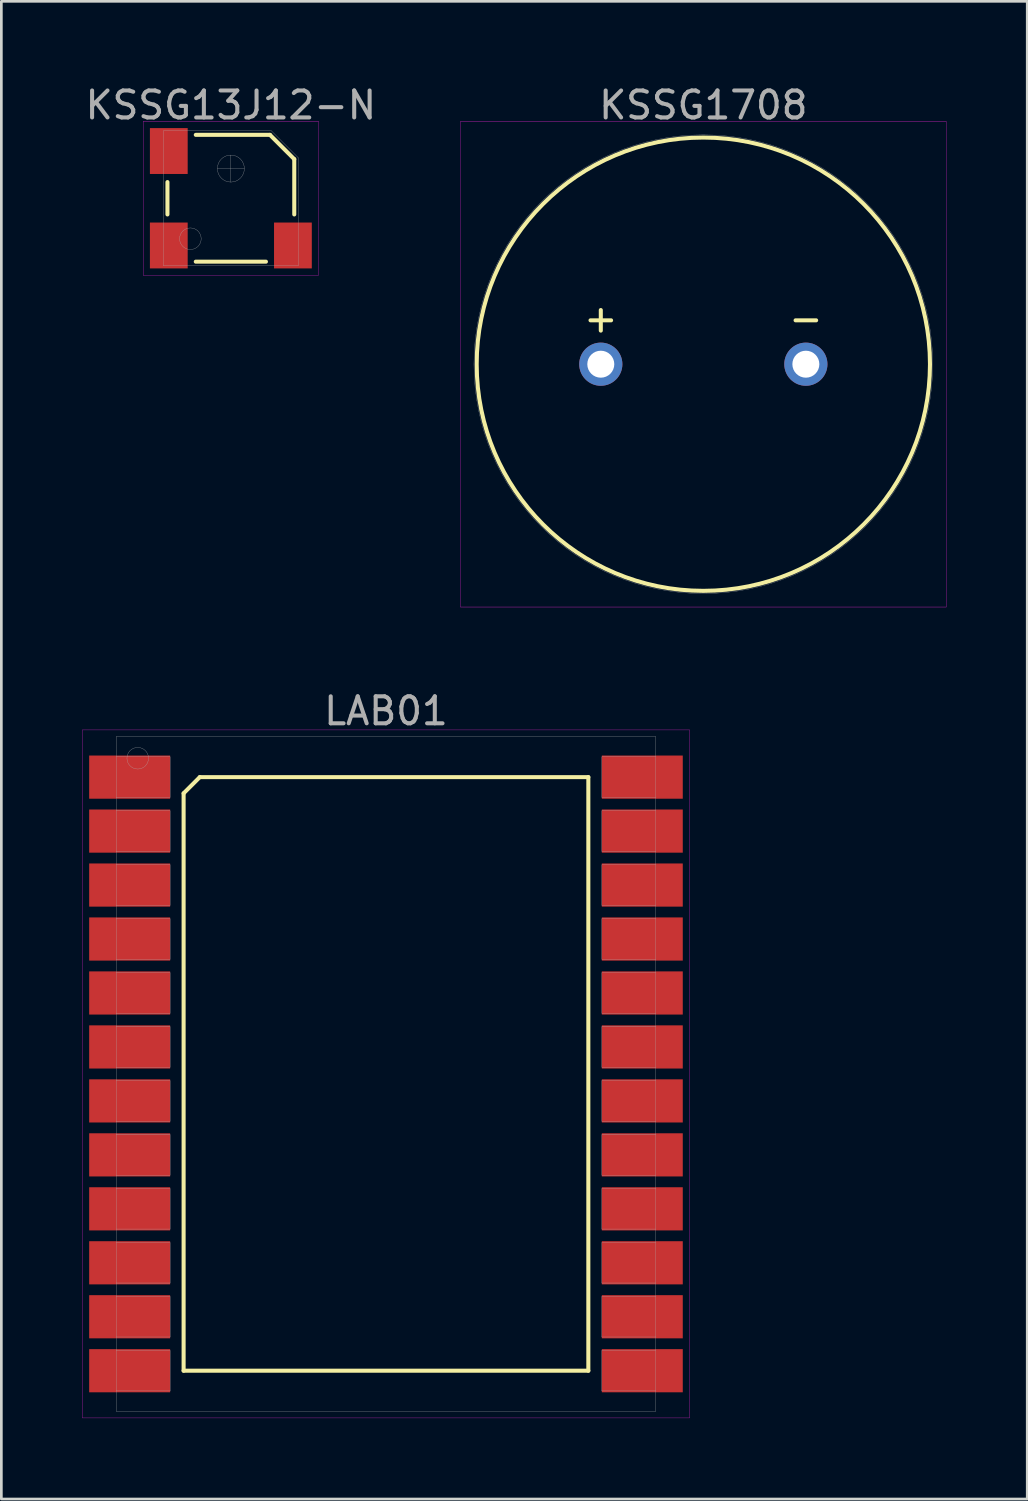
<source format=kicad_pcb>
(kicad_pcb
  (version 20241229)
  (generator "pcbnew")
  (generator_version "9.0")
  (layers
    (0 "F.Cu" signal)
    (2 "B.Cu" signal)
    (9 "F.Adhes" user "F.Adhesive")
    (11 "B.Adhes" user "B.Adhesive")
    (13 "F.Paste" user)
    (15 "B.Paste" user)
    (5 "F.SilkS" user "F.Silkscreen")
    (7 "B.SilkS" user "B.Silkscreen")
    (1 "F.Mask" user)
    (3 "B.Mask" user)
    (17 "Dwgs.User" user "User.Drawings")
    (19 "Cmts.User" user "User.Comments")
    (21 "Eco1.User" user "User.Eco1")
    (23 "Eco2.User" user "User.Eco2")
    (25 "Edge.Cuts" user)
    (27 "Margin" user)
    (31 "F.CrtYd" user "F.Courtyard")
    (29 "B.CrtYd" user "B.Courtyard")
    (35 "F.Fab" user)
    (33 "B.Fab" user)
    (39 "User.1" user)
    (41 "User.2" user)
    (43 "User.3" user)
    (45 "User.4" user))
  (footprint "LAB01"
    (layer "F.Cu")
    (at 11.255 36.752)
    (property "Reference" "LAB01" (at 0 -13.45 0) (layer "F.Fab") (effects (font (size 1 1) (thickness 0.15))))
    (attr through_hole)
    (fp_line (start -7.5 -10.4) (end -6.9 -11) (stroke (width 0.15) (type solid)) (layer "F.SilkS"))
    (fp_line (start -7.5 11) (end -7.5 -10.4) (stroke (width 0.15) (type solid)) (layer "F.SilkS"))
    (fp_line (start -6.9 -11) (end 7.5 -11) (stroke (width 0.15) (type solid)) (layer "F.SilkS"))
    (fp_line (start 7.5 -11) (end 7.5 11) (stroke (width 0.15) (type solid)) (layer "F.SilkS"))
    (fp_line (start 7.5 11) (end -7.5 11) (stroke (width 0.15) (type solid)) (layer "F.SilkS"))
    (fp_line (start -11.25 -12.75) (end 11.25 -12.75) (stroke (width 0.01) (type solid)) (layer "F.CrtYd"))
    (fp_line (start -11.25 12.75) (end -11.25 -12.75) (stroke (width 0.01) (type solid)) (layer "F.CrtYd"))
    (fp_line (start 11.25 -12.75) (end 11.25 12.75) (stroke (width 0.01) (type solid)) (layer "F.CrtYd"))
    (fp_line (start 11.25 12.75) (end -11.25 12.75) (stroke (width 0.01) (type solid)) (layer "F.CrtYd"))
    (fp_line (start -10 -12.5) (end 10 -12.5) (stroke (width 0.01) (type solid)) (layer "F.Fab"))
    (fp_line (start -10 -10.25) (end -8 -10.25) (stroke (width 0.01) (type solid)) (layer "F.Fab"))
    (fp_line (start -10 -8.25) (end -8 -8.25) (stroke (width 0.01) (type solid)) (layer "F.Fab"))
    (fp_line (start -10 -6.25) (end -8 -6.25) (stroke (width 0.01) (type solid)) (layer "F.Fab"))
    (fp_line (start -10 -4.25) (end -8 -4.25) (stroke (width 0.01) (type solid)) (layer "F.Fab"))
    (fp_line (start -10 -2.25) (end -8 -2.25) (stroke (width 0.01) (type solid)) (layer "F.Fab"))
    (fp_line (start -10 -0.25) (end -8 -0.25) (stroke (width 0.01) (type solid)) (layer "F.Fab"))
    (fp_line (start -10 1.75) (end -8 1.75) (stroke (width 0.01) (type solid)) (layer "F.Fab"))
    (fp_line (start -10 3.75) (end -8 3.75) (stroke (width 0.01) (type solid)) (layer "F.Fab"))
    (fp_line (start -10 5.75) (end -8 5.75) (stroke (width 0.01) (type solid)) (layer "F.Fab"))
    (fp_line (start -10 7.75) (end -8 7.75) (stroke (width 0.01) (type solid)) (layer "F.Fab"))
    (fp_line (start -10 9.75) (end -8 9.75) (stroke (width 0.01) (type solid)) (layer "F.Fab"))
    (fp_line (start -10 11.75) (end -8 11.75) (stroke (width 0.01) (type solid)) (layer "F.Fab"))
    (fp_line (start -10 12.5) (end -10 -12.5) (stroke (width 0.01) (type solid)) (layer "F.Fab"))
    (fp_line (start -8 -11.75) (end -10 -11.75) (stroke (width 0.01) (type solid)) (layer "F.Fab"))
    (fp_line (start -8 -10.25) (end -8 -11.75) (stroke (width 0.01) (type solid)) (layer "F.Fab"))
    (fp_line (start -8 -9.75) (end -10 -9.75) (stroke (width 0.01) (type solid)) (layer "F.Fab"))
    (fp_line (start -8 -8.25) (end -8 -9.75) (stroke (width 0.01) (type solid)) (layer "F.Fab"))
    (fp_line (start -8 -7.75) (end -10 -7.75) (stroke (width 0.01) (type solid)) (layer "F.Fab"))
    (fp_line (start -8 -6.25) (end -8 -7.75) (stroke (width 0.01) (type solid)) (layer "F.Fab"))
    (fp_line (start -8 -5.75) (end -10 -5.75) (stroke (width 0.01) (type solid)) (layer "F.Fab"))
    (fp_line (start -8 -4.25) (end -8 -5.75) (stroke (width 0.01) (type solid)) (layer "F.Fab"))
    (fp_line (start -8 -3.75) (end -10 -3.75) (stroke (width 0.01) (type solid)) (layer "F.Fab"))
    (fp_line (start -8 -2.25) (end -8 -3.75) (stroke (width 0.01) (type solid)) (layer "F.Fab"))
    (fp_line (start -8 -1.75) (end -10 -1.75) (stroke (width 0.01) (type solid)) (layer "F.Fab"))
    (fp_line (start -8 -0.25) (end -8 -1.75) (stroke (width 0.01) (type solid)) (layer "F.Fab"))
    (fp_line (start -8 0.25) (end -10 0.25) (stroke (width 0.01) (type solid)) (layer "F.Fab"))
    (fp_line (start -8 1.75) (end -8 0.25) (stroke (width 0.01) (type solid)) (layer "F.Fab"))
    (fp_line (start -8 2.25) (end -10 2.25) (stroke (width 0.01) (type solid)) (layer "F.Fab"))
    (fp_line (start -8 3.75) (end -8 2.25) (stroke (width 0.01) (type solid)) (layer "F.Fab"))
    (fp_line (start -8 4.25) (end -10 4.25) (stroke (width 0.01) (type solid)) (layer "F.Fab"))
    (fp_line (start -8 5.75) (end -8 4.25) (stroke (width 0.01) (type solid)) (layer "F.Fab"))
    (fp_line (start -8 6.25) (end -10 6.25) (stroke (width 0.01) (type solid)) (layer "F.Fab"))
    (fp_line (start -8 7.75) (end -8 6.25) (stroke (width 0.01) (type solid)) (layer "F.Fab"))
    (fp_line (start -8 8.25) (end -10 8.25) (stroke (width 0.01) (type solid)) (layer "F.Fab"))
    (fp_line (start -8 9.75) (end -8 8.25) (stroke (width 0.01) (type solid)) (layer "F.Fab"))
    (fp_line (start -8 10.25) (end -10 10.25) (stroke (width 0.01) (type solid)) (layer "F.Fab"))
    (fp_line (start -8 11.75) (end -8 10.25) (stroke (width 0.01) (type solid)) (layer "F.Fab"))
    (fp_line (start 8 -11.75) (end 8 -10.25) (stroke (width 0.01) (type solid)) (layer "F.Fab"))
    (fp_line (start 8 -10.25) (end 10 -10.25) (stroke (width 0.01) (type solid)) (layer "F.Fab"))
    (fp_line (start 8 -9.75) (end 8 -8.25) (stroke (width 0.01) (type solid)) (layer "F.Fab"))
    (fp_line (start 8 -8.25) (end 10 -8.25) (stroke (width 0.01) (type solid)) (layer "F.Fab"))
    (fp_line (start 8 -7.75) (end 8 -6.25) (stroke (width 0.01) (type solid)) (layer "F.Fab"))
    (fp_line (start 8 -6.25) (end 10 -6.25) (stroke (width 0.01) (type solid)) (layer "F.Fab"))
    (fp_line (start 8 -5.75) (end 8 -4.25) (stroke (width 0.01) (type solid)) (layer "F.Fab"))
    (fp_line (start 8 -4.25) (end 10 -4.25) (stroke (width 0.01) (type solid)) (layer "F.Fab"))
    (fp_line (start 8 -3.75) (end 8 -2.25) (stroke (width 0.01) (type solid)) (layer "F.Fab"))
    (fp_line (start 8 -2.25) (end 10 -2.25) (stroke (width 0.01) (type solid)) (layer "F.Fab"))
    (fp_line (start 8 -1.75) (end 8 -0.25) (stroke (width 0.01) (type solid)) (layer "F.Fab"))
    (fp_line (start 8 -0.25) (end 10 -0.25) (stroke (width 0.01) (type solid)) (layer "F.Fab"))
    (fp_line (start 8 0.25) (end 8 1.75) (stroke (width 0.01) (type solid)) (layer "F.Fab"))
    (fp_line (start 8 1.75) (end 10 1.75) (stroke (width 0.01) (type solid)) (layer "F.Fab"))
    (fp_line (start 8 2.25) (end 8 3.75) (stroke (width 0.01) (type solid)) (layer "F.Fab"))
    (fp_line (start 8 3.75) (end 10 3.75) (stroke (width 0.01) (type solid)) (layer "F.Fab"))
    (fp_line (start 8 4.25) (end 8 5.75) (stroke (width 0.01) (type solid)) (layer "F.Fab"))
    (fp_line (start 8 5.75) (end 10 5.75) (stroke (width 0.01) (type solid)) (layer "F.Fab"))
    (fp_line (start 8 6.25) (end 8 7.75) (stroke (width 0.01) (type solid)) (layer "F.Fab"))
    (fp_line (start 8 7.75) (end 10 7.75) (stroke (width 0.01) (type solid)) (layer "F.Fab"))
    (fp_line (start 8 8.25) (end 8 9.75) (stroke (width 0.01) (type solid)) (layer "F.Fab"))
    (fp_line (start 8 9.75) (end 10 9.75) (stroke (width 0.01) (type solid)) (layer "F.Fab"))
    (fp_line (start 8 10.25) (end 8 11.75) (stroke (width 0.01) (type solid)) (layer "F.Fab"))
    (fp_line (start 8 11.75) (end 10 11.75) (stroke (width 0.01) (type solid)) (layer "F.Fab"))
    (fp_line (start 10 -12.5) (end 10 12.5) (stroke (width 0.01) (type solid)) (layer "F.Fab"))
    (fp_line (start 10 -11.75) (end 8 -11.75) (stroke (width 0.01) (type solid)) (layer "F.Fab"))
    (fp_line (start 10 -9.75) (end 8 -9.75) (stroke (width 0.01) (type solid)) (layer "F.Fab"))
    (fp_line (start 10 -7.75) (end 8 -7.75) (stroke (width 0.01) (type solid)) (layer "F.Fab"))
    (fp_line (start 10 -5.75) (end 8 -5.75) (stroke (width 0.01) (type solid)) (layer "F.Fab"))
    (fp_line (start 10 -3.75) (end 8 -3.75) (stroke (width 0.01) (type solid)) (layer "F.Fab"))
    (fp_line (start 10 -1.75) (end 8 -1.75) (stroke (width 0.01) (type solid)) (layer "F.Fab"))
    (fp_line (start 10 0.25) (end 8 0.25) (stroke (width 0.01) (type solid)) (layer "F.Fab"))
    (fp_line (start 10 2.25) (end 8 2.25) (stroke (width 0.01) (type solid)) (layer "F.Fab"))
    (fp_line (start 10 4.25) (end 8 4.25) (stroke (width 0.01) (type solid)) (layer "F.Fab"))
    (fp_line (start 10 6.25) (end 8 6.25) (stroke (width 0.01) (type solid)) (layer "F.Fab"))
    (fp_line (start 10 8.25) (end 8 8.25) (stroke (width 0.01) (type solid)) (layer "F.Fab"))
    (fp_line (start 10 10.25) (end 8 10.25) (stroke (width 0.01) (type solid)) (layer "F.Fab"))
    (fp_line (start 10 12.5) (end -10 12.5) (stroke (width 0.01) (type solid)) (layer "F.Fab"))
    (fp_circle (center -9.2 -11.7) (end -9.2 -11.3) (stroke (width 0.01) (type solid)) (fill no) (layer "F.Fab"))
    (pad "1" smd rect (at -9.5 -11) (size 3 1.6) (layers "F.Cu" "F.Mask" "F.Paste"))
    (pad "2" smd rect (at -9.5 -9) (size 3 1.6) (layers "F.Cu" "F.Mask" "F.Paste"))
    (pad "3" smd rect (at -9.5 -7) (size 3 1.6) (layers "F.Cu" "F.Mask" "F.Paste"))
    (pad "4" smd rect (at -9.5 -5) (size 3 1.6) (layers "F.Cu" "F.Mask" "F.Paste"))
    (pad "5" smd rect (at -9.5 -3) (size 3 1.6) (layers "F.Cu" "F.Mask" "F.Paste"))
    (pad "6" smd rect (at -9.5 -1) (size 3 1.6) (layers "F.Cu" "F.Mask" "F.Paste"))
    (pad "7" smd rect (at -9.5 1) (size 3 1.6) (layers "F.Cu" "F.Mask" "F.Paste"))
    (pad "8" smd rect (at -9.5 3) (size 3 1.6) (layers "F.Cu" "F.Mask" "F.Paste"))
    (pad "9" smd rect (at -9.5 5) (size 3 1.6) (layers "F.Cu" "F.Mask" "F.Paste"))
    (pad "10" smd rect (at -9.5 7) (size 3 1.6) (layers "F.Cu" "F.Mask" "F.Paste"))
    (pad "11" smd rect (at -9.5 9) (size 3 1.6) (layers "F.Cu" "F.Mask" "F.Paste"))
    (pad "12" smd rect (at -9.5 11) (size 3 1.6) (layers "F.Cu" "F.Mask" "F.Paste"))
    (pad "13" smd rect (at 9.5 11) (size 3 1.6) (layers "F.Cu" "F.Mask" "F.Paste"))
    (pad "14" smd rect (at 9.5 9) (size 3 1.6) (layers "F.Cu" "F.Mask" "F.Paste"))
    (pad "15" smd rect (at 9.5 7) (size 3 1.6) (layers "F.Cu" "F.Mask" "F.Paste"))
    (pad "16" smd rect (at 9.5 5) (size 3 1.6) (layers "F.Cu" "F.Mask" "F.Paste"))
    (pad "17" smd rect (at 9.5 3) (size 3 1.6) (layers "F.Cu" "F.Mask" "F.Paste"))
    (pad "18" smd rect (at 9.5 1) (size 3 1.6) (layers "F.Cu" "F.Mask" "F.Paste"))
    (pad "19" smd rect (at 9.5 -1) (size 3 1.6) (layers "F.Cu" "F.Mask" "F.Paste"))
    (pad "20" smd rect (at 9.5 -3) (size 3 1.6) (layers "F.Cu" "F.Mask" "F.Paste"))
    (pad "21" smd rect (at 9.5 -5) (size 3 1.6) (layers "F.Cu" "F.Mask" "F.Paste"))
    (pad "22" smd rect (at 9.5 -7) (size 3 1.6) (layers "F.Cu" "F.Mask" "F.Paste"))
    (pad "23" smd rect (at 9.5 -9) (size 3 1.6) (layers "F.Cu" "F.Mask" "F.Paste"))
    (pad "24" smd rect (at 9.5 -11) (size 3 1.6) (layers "F.Cu" "F.Mask" "F.Paste")))
  (footprint "KSSG1708"
    (layer "F.Cu")
    (at 23.017 10.448)
    (property "Reference" "KSSG1708" (at 0 -9.6 0) (layer "F.Fab") (effects (font (size 1 1) (thickness 0.15))))
    (attr through_hole)
    (fp_circle (center 0 0) (end 8.4 0) (stroke (width 0.15) (type solid)) (fill no) (layer "F.SilkS"))
    (fp_line (start -9 -9) (end 9 -9) (stroke (width 0.01) (type solid)) (layer "F.CrtYd"))
    (fp_line (start -9 9) (end -9 -9) (stroke (width 0.01) (type solid)) (layer "F.CrtYd"))
    (fp_line (start 9 -9) (end 9 9) (stroke (width 0.01) (type solid)) (layer "F.CrtYd"))
    (fp_line (start 9 9) (end -9 9) (stroke (width 0.01) (type solid)) (layer "F.CrtYd"))
    (fp_circle (center 0 0) (end 8.5 0) (stroke (width 0.01) (type solid)) (fill no) (layer "F.Fab"))
    (fp_text user "-" (at 3.8 -1.7 0) (layer "F.SilkS") (effects (font (size 1 1) (thickness 0.15))))
    (fp_text user "+" (at -3.8 -1.7 0) (layer "F.SilkS") (effects (font (size 1 1) (thickness 0.15))))
    (pad "1" thru_hole circle (at -3.8 0) (size 1.6 1.6) (drill 1) (layers "*.Cu" "*.Mask"))
    (pad "2" thru_hole circle (at 3.8 0) (size 1.6 1.6) (drill 1) (layers "*.Cu" "*.Mask")))
  (footprint "KSSG13J12-N"
    (layer "F.Cu")
    (at 5.506 4.298)
    (property "Reference" "KSSG13J12-N" (at 0 -3.45 0) (layer "F.Fab") (effects (font (size 1 1) (thickness 0.15))))
    (attr through_hole)
    (fp_line (start -2.35 -0.6) (end -2.35 0.6) (stroke (width 0.15) (type solid)) (layer "F.SilkS"))
    (fp_line (start -1.3 -2.35) (end 1.45 -2.35) (stroke (width 0.15) (type solid)) (layer "F.SilkS"))
    (fp_line (start -1.3 2.35) (end 1.3 2.35) (stroke (width 0.15) (type solid)) (layer "F.SilkS"))
    (fp_line (start 1.45 -2.35) (end 2.35 -1.45) (stroke (width 0.15) (type solid)) (layer "F.SilkS"))
    (fp_line (start 2.35 -1.45) (end 2.35 0.6) (stroke (width 0.15) (type solid)) (layer "F.SilkS"))
    (fp_line (start -3.25 -2.85) (end 3.25 -2.85) (stroke (width 0.01) (type solid)) (layer "F.CrtYd"))
    (fp_line (start -3.25 2.85) (end -3.25 -2.85) (stroke (width 0.01) (type solid)) (layer "F.CrtYd"))
    (fp_line (start 3.25 -2.85) (end 3.25 2.85) (stroke (width 0.01) (type solid)) (layer "F.CrtYd"))
    (fp_line (start 3.25 2.85) (end -3.25 2.85) (stroke (width 0.01) (type solid)) (layer "F.CrtYd"))
    (fp_line (start -2.5 -2.5) (end 1.5 -2.5) (stroke (width 0.01) (type solid)) (layer "F.Fab"))
    (fp_line (start -2.5 2.5) (end -2.5 -2.5) (stroke (width 0.01) (type solid)) (layer "F.Fab"))
    (fp_line (start -0.5 -1.1) (end 0.5 -1.1) (stroke (width 0.01) (type solid)) (layer "F.Fab"))
    (fp_line (start 0 -1.6) (end 0 -0.6) (stroke (width 0.01) (type solid)) (layer "F.Fab"))
    (fp_line (start 1.5 -2.5) (end 2.5 -1.5) (stroke (width 0.01) (type solid)) (layer "F.Fab"))
    (fp_line (start 2.5 -1.5) (end 2.5 2.5) (stroke (width 0.01) (type solid)) (layer "F.Fab"))
    (fp_line (start 2.5 2.5) (end -2.5 2.5) (stroke (width 0.01) (type solid)) (layer "F.Fab"))
    (fp_circle (center -1.5 1.5) (end -1.1 1.5) (stroke (width 0.01) (type solid)) (fill no) (layer "F.Fab"))
    (fp_circle (center 0 -1.1) (end 0.5 -1.1) (stroke (width 0.01) (type solid)) (fill no) (layer "F.Fab"))
    (pad "1" smd rect (at -2.3 1.75) (size 1.4 1.7) (layers "F.Cu" "F.Mask" "F.Paste"))
    (pad "2" smd rect (at 2.3 1.75) (size 1.4 1.7) (layers "F.Cu" "F.Mask" "F.Paste"))
    (pad "3" smd rect (at -2.3 -1.75) (size 1.4 1.7) (layers "F.Cu" "F.Mask" "F.Paste")))
  (gr_rect
    (start -3 -3)
    (end 35.022 52.507)
    (stroke (width 0.1) (type default))
    (fill no)
    (layer "Edge.Cuts")))
</source>
